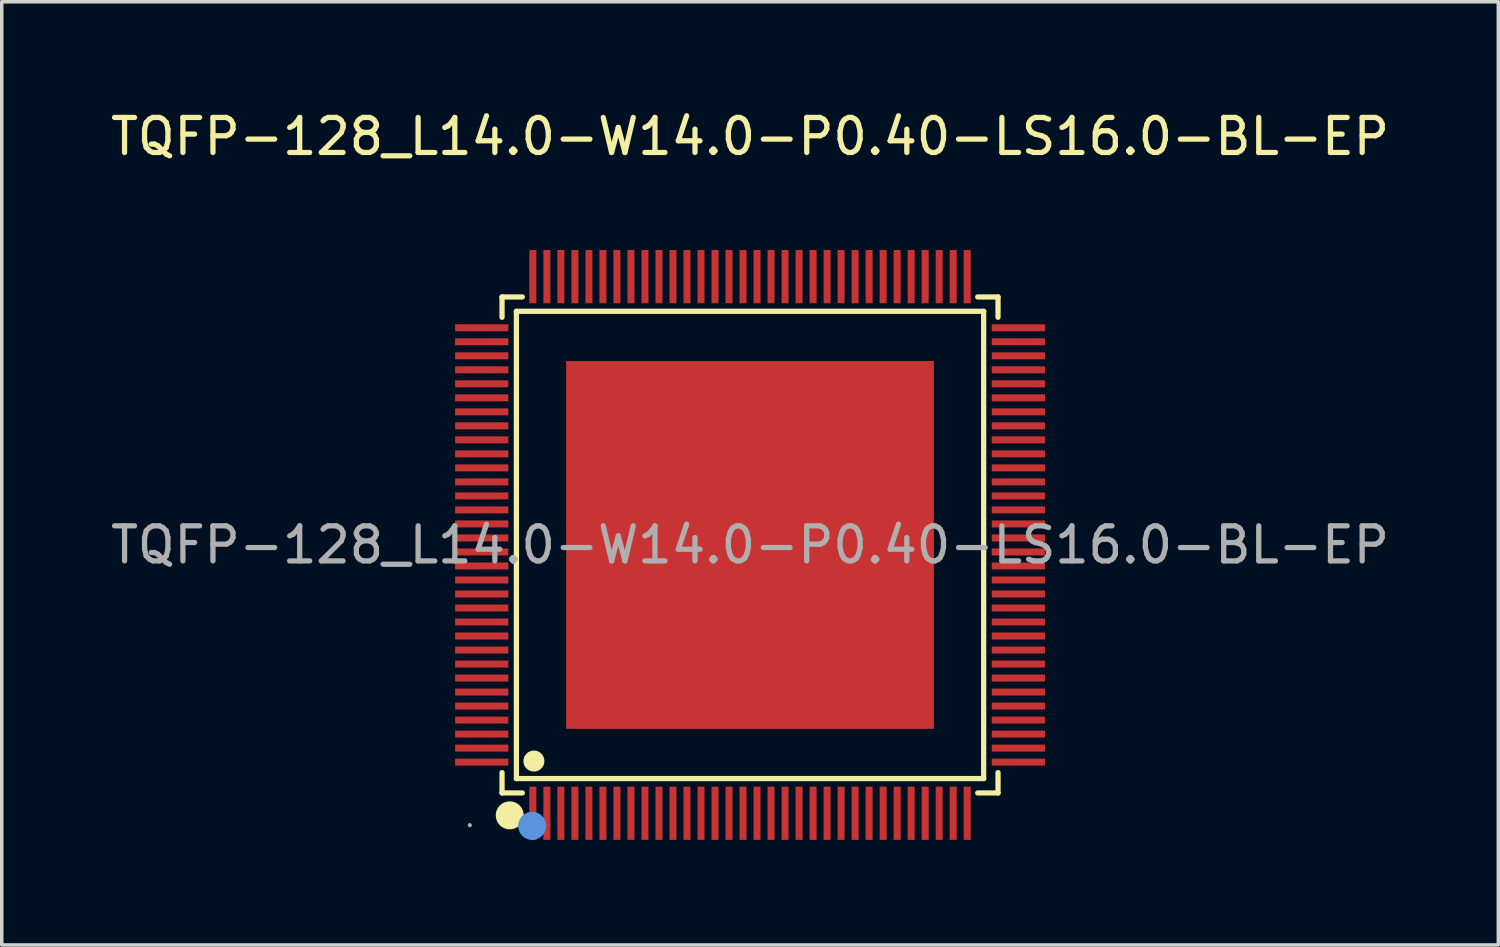
<source format=kicad_pcb>
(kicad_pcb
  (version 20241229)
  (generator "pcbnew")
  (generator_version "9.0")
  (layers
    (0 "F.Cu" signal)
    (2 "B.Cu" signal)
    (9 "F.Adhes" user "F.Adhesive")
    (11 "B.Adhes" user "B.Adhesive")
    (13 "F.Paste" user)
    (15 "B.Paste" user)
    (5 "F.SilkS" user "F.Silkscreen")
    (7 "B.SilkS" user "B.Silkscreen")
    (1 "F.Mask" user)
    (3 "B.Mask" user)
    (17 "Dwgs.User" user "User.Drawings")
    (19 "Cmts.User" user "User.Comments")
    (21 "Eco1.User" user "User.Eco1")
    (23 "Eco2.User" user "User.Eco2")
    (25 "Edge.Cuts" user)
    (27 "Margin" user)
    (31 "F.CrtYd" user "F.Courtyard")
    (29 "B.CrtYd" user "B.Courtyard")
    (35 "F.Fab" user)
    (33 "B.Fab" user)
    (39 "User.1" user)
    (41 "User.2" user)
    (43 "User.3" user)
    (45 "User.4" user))
  (footprint "TQFP-128_L14.0-W14.0-P0.40-LS16.0-BL-EP"
    (layer "F.Cu")
    (at 18.363 12.508)
    (property "Reference" "TQFP-128_L14.0-W14.0-P0.40-LS16.0-BL-EP" (at 0 -11.66 0) (layer "F.SilkS") (effects (font (size 1 1) (thickness 0.15))))
    (attr smd)
    (fp_line (start -7.08 -7.08) (end -6.5 -7.08) (stroke (width 0.15) (type solid)) (layer "F.SilkS"))
    (fp_line (start -7.08 -6.5) (end -7.08 -7.08) (stroke (width 0.15) (type solid)) (layer "F.SilkS"))
    (fp_line (start -7.08 6.5) (end -7.08 7.08) (stroke (width 0.15) (type solid)) (layer "F.SilkS"))
    (fp_line (start -7.08 7.08) (end -6.5 7.08) (stroke (width 0.15) (type solid)) (layer "F.SilkS"))
    (fp_line (start -6.67 -6.67) (end 6.67 -6.67) (stroke (width 0.15) (type solid)) (layer "F.SilkS"))
    (fp_line (start -6.67 6.67) (end -6.67 -6.67) (stroke (width 0.15) (type solid)) (layer "F.SilkS"))
    (fp_line (start 6.67 -6.67) (end 6.67 6.67) (stroke (width 0.15) (type solid)) (layer "F.SilkS"))
    (fp_line (start 6.67 6.67) (end -6.67 6.67) (stroke (width 0.15) (type solid)) (layer "F.SilkS"))
    (fp_line (start 7.08 -7.08) (end 6.5 -7.08) (stroke (width 0.15) (type solid)) (layer "F.SilkS"))
    (fp_line (start 7.08 -6.5) (end 7.08 -7.08) (stroke (width 0.15) (type solid)) (layer "F.SilkS"))
    (fp_line (start 7.08 6.5) (end 7.08 7.08) (stroke (width 0.15) (type solid)) (layer "F.SilkS"))
    (fp_line (start 7.08 7.08) (end 6.5 7.08) (stroke (width 0.15) (type solid)) (layer "F.SilkS"))
    (fp_circle (center -6.86 7.72) (end -6.66 7.72) (stroke (width 0.4) (type solid)) (fill no) (layer "F.SilkS"))
    (fp_circle (center -6.17 6.17) (end -6.02 6.17) (stroke (width 0.3) (type solid)) (fill no) (layer "F.SilkS"))
    (fp_circle (center -6.22 8.02) (end -6.02 8.02) (stroke (width 0.4) (type solid)) (fill no) (layer "Cmts.User"))
    (fp_circle (center -8 8) (end -7.97 8) (stroke (width 0.06) (type solid)) (fill no) (layer "F.Fab"))
    (fp_text user "${REFERENCE}" (at 0 0 0) (layer "F.Fab") (effects (font (size 1 1) (thickness 0.15))))
    (pad "1" smd rect (at -6.2 7.66) (size 0.2 1.52) (layers "F.Cu" "F.Mask" "F.Paste"))
    (pad "2" smd rect (at -5.8 7.66) (size 0.2 1.52) (layers "F.Cu" "F.Mask" "F.Paste"))
    (pad "3" smd rect (at -5.4 7.66) (size 0.2 1.52) (layers "F.Cu" "F.Mask" "F.Paste"))
    (pad "4" smd rect (at -5 7.66) (size 0.2 1.52) (layers "F.Cu" "F.Mask" "F.Paste"))
    (pad "5" smd rect (at -4.6 7.66) (size 0.2 1.52) (layers "F.Cu" "F.Mask" "F.Paste"))
    (pad "6" smd rect (at -4.2 7.66) (size 0.2 1.52) (layers "F.Cu" "F.Mask" "F.Paste"))
    (pad "7" smd rect (at -3.8 7.66) (size 0.2 1.52) (layers "F.Cu" "F.Mask" "F.Paste"))
    (pad "8" smd rect (at -3.4 7.66) (size 0.2 1.52) (layers "F.Cu" "F.Mask" "F.Paste"))
    (pad "9" smd rect (at -3 7.66) (size 0.2 1.52) (layers "F.Cu" "F.Mask" "F.Paste"))
    (pad "10" smd rect (at -2.6 7.66) (size 0.2 1.52) (layers "F.Cu" "F.Mask" "F.Paste"))
    (pad "11" smd rect (at -2.2 7.66) (size 0.2 1.52) (layers "F.Cu" "F.Mask" "F.Paste"))
    (pad "12" smd rect (at -1.8 7.66) (size 0.2 1.52) (layers "F.Cu" "F.Mask" "F.Paste"))
    (pad "13" smd rect (at -1.4 7.66) (size 0.2 1.52) (layers "F.Cu" "F.Mask" "F.Paste"))
    (pad "14" smd rect (at -1 7.66) (size 0.2 1.52) (layers "F.Cu" "F.Mask" "F.Paste"))
    (pad "15" smd rect (at -0.6 7.66) (size 0.2 1.52) (layers "F.Cu" "F.Mask" "F.Paste"))
    (pad "16" smd rect (at -0.2 7.66) (size 0.2 1.52) (layers "F.Cu" "F.Mask" "F.Paste"))
    (pad "17" smd rect (at 0.2 7.66) (size 0.2 1.52) (layers "F.Cu" "F.Mask" "F.Paste"))
    (pad "18" smd rect (at 0.6 7.66) (size 0.2 1.52) (layers "F.Cu" "F.Mask" "F.Paste"))
    (pad "19" smd rect (at 1 7.66) (size 0.2 1.52) (layers "F.Cu" "F.Mask" "F.Paste"))
    (pad "20" smd rect (at 1.4 7.66) (size 0.2 1.52) (layers "F.Cu" "F.Mask" "F.Paste"))
    (pad "21" smd rect (at 1.8 7.66) (size 0.2 1.52) (layers "F.Cu" "F.Mask" "F.Paste"))
    (pad "22" smd rect (at 2.2 7.66) (size 0.2 1.52) (layers "F.Cu" "F.Mask" "F.Paste"))
    (pad "23" smd rect (at 2.6 7.66) (size 0.2 1.52) (layers "F.Cu" "F.Mask" "F.Paste"))
    (pad "24" smd rect (at 3 7.66) (size 0.2 1.52) (layers "F.Cu" "F.Mask" "F.Paste"))
    (pad "25" smd rect (at 3.4 7.66) (size 0.2 1.52) (layers "F.Cu" "F.Mask" "F.Paste"))
    (pad "26" smd rect (at 3.8 7.66) (size 0.2 1.52) (layers "F.Cu" "F.Mask" "F.Paste"))
    (pad "27" smd rect (at 4.2 7.66) (size 0.2 1.52) (layers "F.Cu" "F.Mask" "F.Paste"))
    (pad "28" smd rect (at 4.6 7.66) (size 0.2 1.52) (layers "F.Cu" "F.Mask" "F.Paste"))
    (pad "29" smd rect (at 5 7.66) (size 0.2 1.52) (layers "F.Cu" "F.Mask" "F.Paste"))
    (pad "30" smd rect (at 5.4 7.66) (size 0.2 1.52) (layers "F.Cu" "F.Mask" "F.Paste"))
    (pad "31" smd rect (at 5.8 7.66) (size 0.2 1.52) (layers "F.Cu" "F.Mask" "F.Paste"))
    (pad "32" smd rect (at 6.2 7.66) (size 0.2 1.52) (layers "F.Cu" "F.Mask" "F.Paste"))
    (pad "33" smd rect (at 7.66 6.2) (size 1.52 0.2) (layers "F.Cu" "F.Mask" "F.Paste"))
    (pad "34" smd rect (at 7.66 5.8) (size 1.52 0.2) (layers "F.Cu" "F.Mask" "F.Paste"))
    (pad "35" smd rect (at 7.66 5.4) (size 1.52 0.2) (layers "F.Cu" "F.Mask" "F.Paste"))
    (pad "36" smd rect (at 7.66 5) (size 1.52 0.2) (layers "F.Cu" "F.Mask" "F.Paste"))
    (pad "37" smd rect (at 7.66 4.6) (size 1.52 0.2) (layers "F.Cu" "F.Mask" "F.Paste"))
    (pad "38" smd rect (at 7.66 4.2) (size 1.52 0.2) (layers "F.Cu" "F.Mask" "F.Paste"))
    (pad "39" smd rect (at 7.66 3.8) (size 1.52 0.2) (layers "F.Cu" "F.Mask" "F.Paste"))
    (pad "40" smd rect (at 7.66 3.4) (size 1.52 0.2) (layers "F.Cu" "F.Mask" "F.Paste"))
    (pad "41" smd rect (at 7.66 3) (size 1.52 0.2) (layers "F.Cu" "F.Mask" "F.Paste"))
    (pad "42" smd rect (at 7.66 2.6) (size 1.52 0.2) (layers "F.Cu" "F.Mask" "F.Paste"))
    (pad "43" smd rect (at 7.66 2.2) (size 1.52 0.2) (layers "F.Cu" "F.Mask" "F.Paste"))
    (pad "44" smd rect (at 7.66 1.8) (size 1.52 0.2) (layers "F.Cu" "F.Mask" "F.Paste"))
    (pad "45" smd rect (at 7.66 1.4) (size 1.52 0.2) (layers "F.Cu" "F.Mask" "F.Paste"))
    (pad "46" smd rect (at 7.66 1) (size 1.52 0.2) (layers "F.Cu" "F.Mask" "F.Paste"))
    (pad "47" smd rect (at 7.66 0.6) (size 1.52 0.2) (layers "F.Cu" "F.Mask" "F.Paste"))
    (pad "48" smd rect (at 7.66 0.2) (size 1.52 0.2) (layers "F.Cu" "F.Mask" "F.Paste"))
    (pad "49" smd rect (at 7.66 -0.2) (size 1.52 0.2) (layers "F.Cu" "F.Mask" "F.Paste"))
    (pad "50" smd rect (at 7.66 -0.6) (size 1.52 0.2) (layers "F.Cu" "F.Mask" "F.Paste"))
    (pad "51" smd rect (at 7.66 -1) (size 1.52 0.2) (layers "F.Cu" "F.Mask" "F.Paste"))
    (pad "52" smd rect (at 7.66 -1.4) (size 1.52 0.2) (layers "F.Cu" "F.Mask" "F.Paste"))
    (pad "53" smd rect (at 7.66 -1.8) (size 1.52 0.2) (layers "F.Cu" "F.Mask" "F.Paste"))
    (pad "54" smd rect (at 7.66 -2.2) (size 1.52 0.2) (layers "F.Cu" "F.Mask" "F.Paste"))
    (pad "55" smd rect (at 7.66 -2.6) (size 1.52 0.2) (layers "F.Cu" "F.Mask" "F.Paste"))
    (pad "56" smd rect (at 7.66 -3) (size 1.52 0.2) (layers "F.Cu" "F.Mask" "F.Paste"))
    (pad "57" smd rect (at 7.66 -3.4) (size 1.52 0.2) (layers "F.Cu" "F.Mask" "F.Paste"))
    (pad "58" smd rect (at 7.66 -3.8) (size 1.52 0.2) (layers "F.Cu" "F.Mask" "F.Paste"))
    (pad "59" smd rect (at 7.66 -4.2) (size 1.52 0.2) (layers "F.Cu" "F.Mask" "F.Paste"))
    (pad "60" smd rect (at 7.66 -4.6) (size 1.52 0.2) (layers "F.Cu" "F.Mask" "F.Paste"))
    (pad "61" smd rect (at 7.66 -5) (size 1.52 0.2) (layers "F.Cu" "F.Mask" "F.Paste"))
    (pad "62" smd rect (at 7.66 -5.4) (size 1.52 0.2) (layers "F.Cu" "F.Mask" "F.Paste"))
    (pad "63" smd rect (at 7.66 -5.8) (size 1.52 0.2) (layers "F.Cu" "F.Mask" "F.Paste"))
    (pad "64" smd rect (at 7.66 -6.2) (size 1.52 0.2) (layers "F.Cu" "F.Mask" "F.Paste"))
    (pad "65" smd rect (at 6.2 -7.66) (size 0.2 1.52) (layers "F.Cu" "F.Mask" "F.Paste"))
    (pad "66" smd rect (at 5.8 -7.66) (size 0.2 1.52) (layers "F.Cu" "F.Mask" "F.Paste"))
    (pad "67" smd rect (at 5.4 -7.66) (size 0.2 1.52) (layers "F.Cu" "F.Mask" "F.Paste"))
    (pad "68" smd rect (at 5 -7.66) (size 0.2 1.52) (layers "F.Cu" "F.Mask" "F.Paste"))
    (pad "69" smd rect (at 4.6 -7.66) (size 0.2 1.52) (layers "F.Cu" "F.Mask" "F.Paste"))
    (pad "70" smd rect (at 4.2 -7.66) (size 0.2 1.52) (layers "F.Cu" "F.Mask" "F.Paste"))
    (pad "71" smd rect (at 3.8 -7.66) (size 0.2 1.52) (layers "F.Cu" "F.Mask" "F.Paste"))
    (pad "72" smd rect (at 3.4 -7.66) (size 0.2 1.52) (layers "F.Cu" "F.Mask" "F.Paste"))
    (pad "73" smd rect (at 3 -7.66) (size 0.2 1.52) (layers "F.Cu" "F.Mask" "F.Paste"))
    (pad "74" smd rect (at 2.6 -7.66) (size 0.2 1.52) (layers "F.Cu" "F.Mask" "F.Paste"))
    (pad "75" smd rect (at 2.2 -7.66) (size 0.2 1.52) (layers "F.Cu" "F.Mask" "F.Paste"))
    (pad "76" smd rect (at 1.8 -7.66) (size 0.2 1.52) (layers "F.Cu" "F.Mask" "F.Paste"))
    (pad "77" smd rect (at 1.4 -7.66) (size 0.2 1.52) (layers "F.Cu" "F.Mask" "F.Paste"))
    (pad "78" smd rect (at 1 -7.66) (size 0.2 1.52) (layers "F.Cu" "F.Mask" "F.Paste"))
    (pad "79" smd rect (at 0.6 -7.66) (size 0.2 1.52) (layers "F.Cu" "F.Mask" "F.Paste"))
    (pad "80" smd rect (at 0.2 -7.66) (size 0.2 1.52) (layers "F.Cu" "F.Mask" "F.Paste"))
    (pad "81" smd rect (at -0.2 -7.66) (size 0.2 1.52) (layers "F.Cu" "F.Mask" "F.Paste"))
    (pad "82" smd rect (at -0.6 -7.66) (size 0.2 1.52) (layers "F.Cu" "F.Mask" "F.Paste"))
    (pad "83" smd rect (at -1 -7.66) (size 0.2 1.52) (layers "F.Cu" "F.Mask" "F.Paste"))
    (pad "84" smd rect (at -1.4 -7.66) (size 0.2 1.52) (layers "F.Cu" "F.Mask" "F.Paste"))
    (pad "85" smd rect (at -1.8 -7.66) (size 0.2 1.52) (layers "F.Cu" "F.Mask" "F.Paste"))
    (pad "86" smd rect (at -2.2 -7.66) (size 0.2 1.52) (layers "F.Cu" "F.Mask" "F.Paste"))
    (pad "87" smd rect (at -2.6 -7.66) (size 0.2 1.52) (layers "F.Cu" "F.Mask" "F.Paste"))
    (pad "88" smd rect (at -3 -7.66) (size 0.2 1.52) (layers "F.Cu" "F.Mask" "F.Paste"))
    (pad "89" smd rect (at -3.4 -7.66) (size 0.2 1.52) (layers "F.Cu" "F.Mask" "F.Paste"))
    (pad "90" smd rect (at -3.8 -7.66) (size 0.2 1.52) (layers "F.Cu" "F.Mask" "F.Paste"))
    (pad "91" smd rect (at -4.2 -7.66) (size 0.2 1.52) (layers "F.Cu" "F.Mask" "F.Paste"))
    (pad "92" smd rect (at -4.6 -7.66) (size 0.2 1.52) (layers "F.Cu" "F.Mask" "F.Paste"))
    (pad "93" smd rect (at -5 -7.66) (size 0.2 1.52) (layers "F.Cu" "F.Mask" "F.Paste"))
    (pad "94" smd rect (at -5.4 -7.66) (size 0.2 1.52) (layers "F.Cu" "F.Mask" "F.Paste"))
    (pad "95" smd rect (at -5.8 -7.66) (size 0.2 1.52) (layers "F.Cu" "F.Mask" "F.Paste"))
    (pad "96" smd rect (at -6.2 -7.66) (size 0.2 1.52) (layers "F.Cu" "F.Mask" "F.Paste"))
    (pad "97" smd rect (at -7.66 -6.2) (size 1.52 0.2) (layers "F.Cu" "F.Mask" "F.Paste"))
    (pad "98" smd rect (at -7.66 -5.8) (size 1.52 0.2) (layers "F.Cu" "F.Mask" "F.Paste"))
    (pad "99" smd rect (at -7.66 -5.4) (size 1.52 0.2) (layers "F.Cu" "F.Mask" "F.Paste"))
    (pad "100" smd rect (at -7.66 -5) (size 1.52 0.2) (layers "F.Cu" "F.Mask" "F.Paste"))
    (pad "101" smd rect (at -7.66 -4.6) (size 1.52 0.2) (layers "F.Cu" "F.Mask" "F.Paste"))
    (pad "102" smd rect (at -7.66 -4.2) (size 1.52 0.2) (layers "F.Cu" "F.Mask" "F.Paste"))
    (pad "103" smd rect (at -7.66 -3.8) (size 1.52 0.2) (layers "F.Cu" "F.Mask" "F.Paste"))
    (pad "104" smd rect (at -7.66 -3.4) (size 1.52 0.2) (layers "F.Cu" "F.Mask" "F.Paste"))
    (pad "105" smd rect (at -7.66 -3) (size 1.52 0.2) (layers "F.Cu" "F.Mask" "F.Paste"))
    (pad "106" smd rect (at -7.66 -2.6) (size 1.52 0.2) (layers "F.Cu" "F.Mask" "F.Paste"))
    (pad "107" smd rect (at -7.66 -2.2) (size 1.52 0.2) (layers "F.Cu" "F.Mask" "F.Paste"))
    (pad "108" smd rect (at -7.66 -1.8) (size 1.52 0.2) (layers "F.Cu" "F.Mask" "F.Paste"))
    (pad "109" smd rect (at -7.66 -1.4) (size 1.52 0.2) (layers "F.Cu" "F.Mask" "F.Paste"))
    (pad "110" smd rect (at -7.66 -1) (size 1.52 0.2) (layers "F.Cu" "F.Mask" "F.Paste"))
    (pad "111" smd rect (at -7.66 -0.6) (size 1.52 0.2) (layers "F.Cu" "F.Mask" "F.Paste"))
    (pad "112" smd rect (at -7.66 -0.2) (size 1.52 0.2) (layers "F.Cu" "F.Mask" "F.Paste"))
    (pad "113" smd rect (at -7.66 0.2) (size 1.52 0.2) (layers "F.Cu" "F.Mask" "F.Paste"))
    (pad "114" smd rect (at -7.66 0.6) (size 1.52 0.2) (layers "F.Cu" "F.Mask" "F.Paste"))
    (pad "115" smd rect (at -7.66 1) (size 1.52 0.2) (layers "F.Cu" "F.Mask" "F.Paste"))
    (pad "116" smd rect (at -7.66 1.4) (size 1.52 0.2) (layers "F.Cu" "F.Mask" "F.Paste"))
    (pad "117" smd rect (at -7.66 1.8) (size 1.52 0.2) (layers "F.Cu" "F.Mask" "F.Paste"))
    (pad "118" smd rect (at -7.66 2.2) (size 1.52 0.2) (layers "F.Cu" "F.Mask" "F.Paste"))
    (pad "119" smd rect (at -7.66 2.6) (size 1.52 0.2) (layers "F.Cu" "F.Mask" "F.Paste"))
    (pad "120" smd rect (at -7.66 3) (size 1.52 0.2) (layers "F.Cu" "F.Mask" "F.Paste"))
    (pad "121" smd rect (at -7.66 3.4) (size 1.52 0.2) (layers "F.Cu" "F.Mask" "F.Paste"))
    (pad "122" smd rect (at -7.66 3.8) (size 1.52 0.2) (layers "F.Cu" "F.Mask" "F.Paste"))
    (pad "123" smd rect (at -7.66 4.2) (size 1.52 0.2) (layers "F.Cu" "F.Mask" "F.Paste"))
    (pad "124" smd rect (at -7.66 4.6) (size 1.52 0.2) (layers "F.Cu" "F.Mask" "F.Paste"))
    (pad "125" smd rect (at -7.66 5) (size 1.52 0.2) (layers "F.Cu" "F.Mask" "F.Paste"))
    (pad "126" smd rect (at -7.66 5.4) (size 1.52 0.2) (layers "F.Cu" "F.Mask" "F.Paste"))
    (pad "127" smd rect (at -7.66 5.8) (size 1.52 0.2) (layers "F.Cu" "F.Mask" "F.Paste"))
    (pad "128" smd rect (at -7.66 6.2) (size 1.52 0.2) (layers "F.Cu" "F.Mask" "F.Paste"))
    (pad "129" smd rect (at 0 0) (size 10.5 10.5) (layers "F.Cu" "F.Mask" "F.Paste")))
  (gr_rect
    (start -3 -3)
    (end 39.726 23.928)
    (stroke (width 0.1) (type default))
    (fill no)
    (layer "Edge.Cuts")))
</source>
